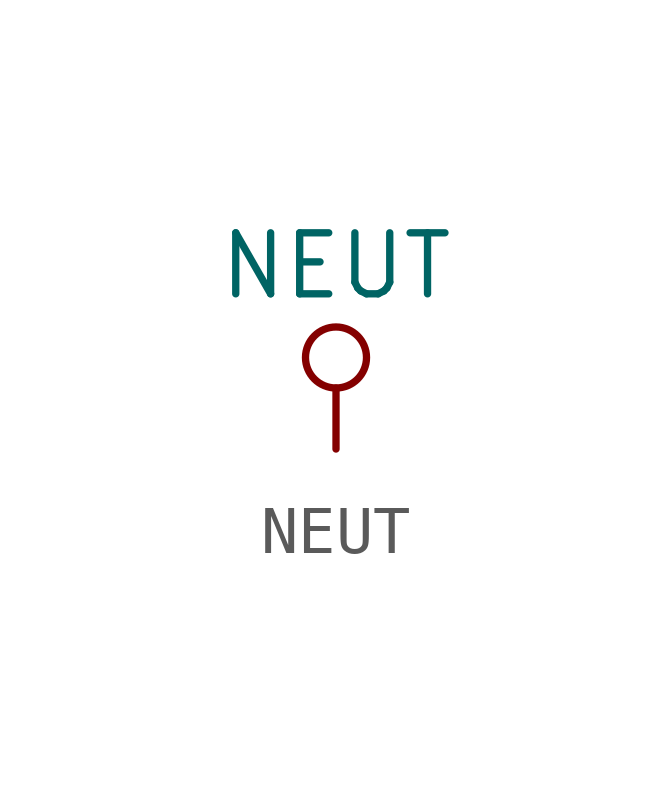
<source format=kicad_sym>
(kicad_symbol_lib
  (version 20220914)
  (generator kicad_symbol_editor)
  (symbol "NEUT"
    (power)
    (pin_names
      (offset 0))
    (property "Reference" "#PWR"
      (at 0 -3.81 0)
      (effects (font (size 1.27 1.27)) hide))
    (property "Value" "NEUT"
      (at 0 3.81 0)
      (effects (font (size 1.27 1.27))))
    (symbol "NEUT_0_1"
      (polyline (pts (xy 0 0) (xy 0 1.27)) (stroke (width 0) (type solid)) (fill (type none)))
      (circle (center 0 1.905) (radius 0.635) (stroke (width 0) (type solid)) (fill (type none))))
    (symbol "NEUT_1_1"
      (pin power_in line (at 0 0 90) (length 0) hide (name "NEUT" (effects (font (size 1.27 1.27)))) (number "1" (effects (font (size 1.27 1.27))))))))
</source>
